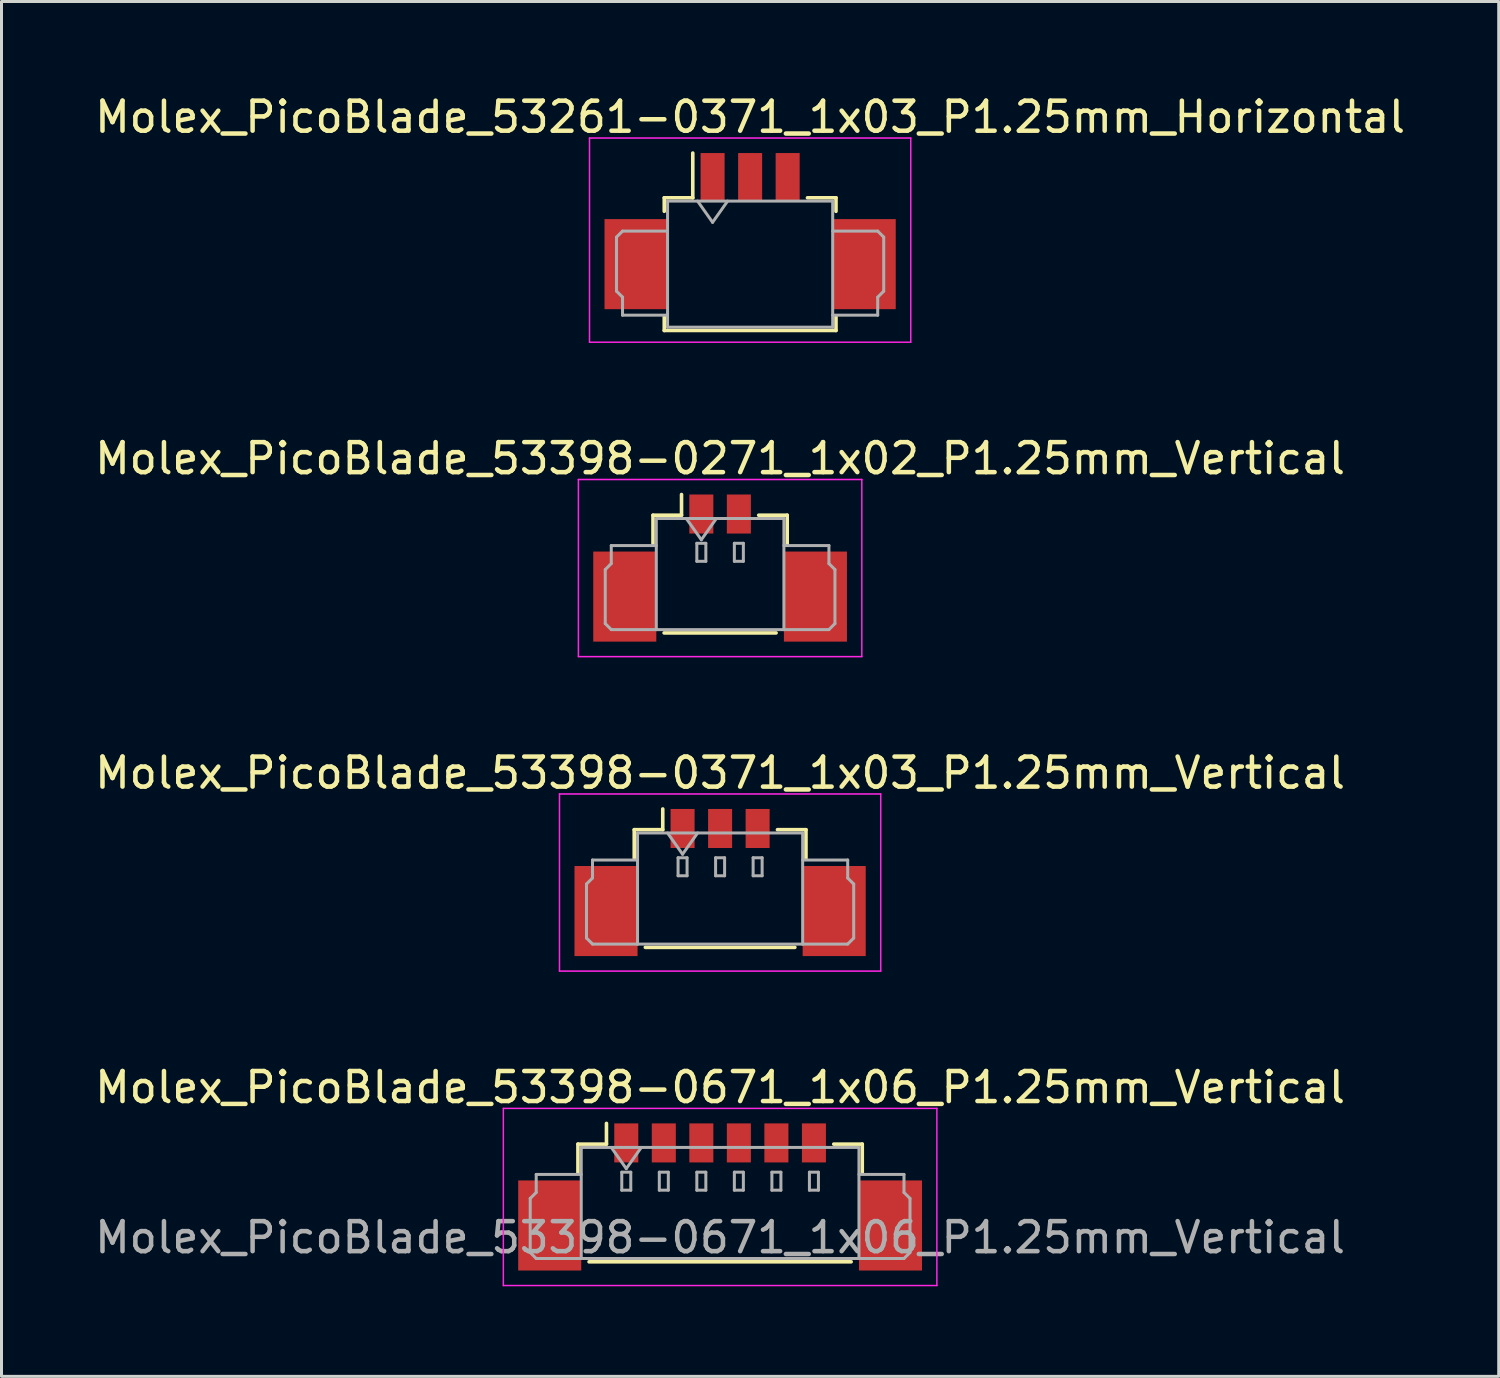
<source format=kicad_pcb>
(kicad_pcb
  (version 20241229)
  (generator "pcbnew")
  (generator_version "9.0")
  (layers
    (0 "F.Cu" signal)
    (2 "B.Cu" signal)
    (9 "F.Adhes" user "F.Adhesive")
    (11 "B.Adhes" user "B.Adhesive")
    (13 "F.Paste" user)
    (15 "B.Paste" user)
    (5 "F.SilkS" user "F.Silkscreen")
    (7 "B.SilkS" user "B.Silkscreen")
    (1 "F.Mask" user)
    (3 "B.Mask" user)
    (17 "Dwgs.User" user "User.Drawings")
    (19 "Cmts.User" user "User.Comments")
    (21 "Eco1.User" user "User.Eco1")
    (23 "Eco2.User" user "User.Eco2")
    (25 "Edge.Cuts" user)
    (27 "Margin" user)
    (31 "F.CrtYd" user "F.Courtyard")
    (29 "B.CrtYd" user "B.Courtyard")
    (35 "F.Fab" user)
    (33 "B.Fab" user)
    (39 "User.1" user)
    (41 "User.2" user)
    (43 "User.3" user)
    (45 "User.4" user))
  (footprint "Molex_PicoBlade_53398-0371_1x03_P1.25mm_Vertical"
    (layer "F.Cu")
    (at 20.935 26.345)
    (property "Reference" "Molex_PicoBlade_53398-0371_1x03_P1.25mm_Vertical" (at 0 -3.65 0) (layer "F.SilkS") (effects (font (size 1 1) (thickness 0.15))))
    (attr smd)
    (fp_line (start -2.86 -1.76) (end -1.91 -1.76) (stroke (width 0.12) (type solid)) (layer "F.SilkS"))
    (fp_line (start -2.86 -0.81) (end -2.86 -1.76) (stroke (width 0.12) (type solid)) (layer "F.SilkS"))
    (fp_line (start -2.49 2.16) (end 2.49 2.16) (stroke (width 0.12) (type solid)) (layer "F.SilkS"))
    (fp_line (start -1.91 -1.76) (end -1.91 -2.45) (stroke (width 0.12) (type solid)) (layer "F.SilkS"))
    (fp_line (start 2.86 -1.76) (end 1.91 -1.76) (stroke (width 0.12) (type solid)) (layer "F.SilkS"))
    (fp_line (start 2.86 -0.81) (end 2.86 -1.76) (stroke (width 0.12) (type solid)) (layer "F.SilkS"))
    (fp_line (start -5.35 -2.95) (end -5.35 2.95) (stroke (width 0.05) (type solid)) (layer "F.CrtYd"))
    (fp_line (start -5.35 2.95) (end 5.35 2.95) (stroke (width 0.05) (type solid)) (layer "F.CrtYd"))
    (fp_line (start 5.35 -2.95) (end -5.35 -2.95) (stroke (width 0.05) (type solid)) (layer "F.CrtYd"))
    (fp_line (start 5.35 2.95) (end 5.35 -2.95) (stroke (width 0.05) (type solid)) (layer "F.CrtYd"))
    (fp_line (start -4.45 0.05) (end -4.25 -0.15) (stroke (width 0.1) (type solid)) (layer "F.Fab"))
    (fp_line (start -4.45 1.85) (end -4.45 0.05) (stroke (width 0.1) (type solid)) (layer "F.Fab"))
    (fp_line (start -4.25 -0.75) (end -2.75 -0.75) (stroke (width 0.1) (type solid)) (layer "F.Fab"))
    (fp_line (start -4.25 -0.15) (end -4.25 -0.75) (stroke (width 0.1) (type solid)) (layer "F.Fab"))
    (fp_line (start -4.25 2.05) (end -4.45 1.85) (stroke (width 0.1) (type solid)) (layer "F.Fab"))
    (fp_line (start -2.75 -1.65) (end -2.75 2.05) (stroke (width 0.1) (type solid)) (layer "F.Fab"))
    (fp_line (start -2.75 -1.65) (end 2.75 -1.65) (stroke (width 0.1) (type solid)) (layer "F.Fab"))
    (fp_line (start -2.75 2.05) (end -4.25 2.05) (stroke (width 0.1) (type solid)) (layer "F.Fab"))
    (fp_line (start -2.75 2.05) (end 2.75 2.05) (stroke (width 0.1) (type solid)) (layer "F.Fab"))
    (fp_line (start -1.75 -1.65) (end -1.25 -0.943) (stroke (width 0.1) (type solid)) (layer "F.Fab"))
    (fp_line (start -1.4 -0.825) (end -1.4 -0.225) (stroke (width 0.1) (type solid)) (layer "F.Fab"))
    (fp_line (start -1.4 -0.225) (end -1.1 -0.225) (stroke (width 0.1) (type solid)) (layer "F.Fab"))
    (fp_line (start -1.25 -0.943) (end -0.75 -1.65) (stroke (width 0.1) (type solid)) (layer "F.Fab"))
    (fp_line (start -1.1 -0.825) (end -1.4 -0.825) (stroke (width 0.1) (type solid)) (layer "F.Fab"))
    (fp_line (start -1.1 -0.225) (end -1.1 -0.825) (stroke (width 0.1) (type solid)) (layer "F.Fab"))
    (fp_line (start -0.15 -0.825) (end -0.15 -0.225) (stroke (width 0.1) (type solid)) (layer "F.Fab"))
    (fp_line (start -0.15 -0.225) (end 0.15 -0.225) (stroke (width 0.1) (type solid)) (layer "F.Fab"))
    (fp_line (start 0.15 -0.825) (end -0.15 -0.825) (stroke (width 0.1) (type solid)) (layer "F.Fab"))
    (fp_line (start 0.15 -0.225) (end 0.15 -0.825) (stroke (width 0.1) (type solid)) (layer "F.Fab"))
    (fp_line (start 1.1 -0.825) (end 1.1 -0.225) (stroke (width 0.1) (type solid)) (layer "F.Fab"))
    (fp_line (start 1.1 -0.225) (end 1.4 -0.225) (stroke (width 0.1) (type solid)) (layer "F.Fab"))
    (fp_line (start 1.4 -0.825) (end 1.1 -0.825) (stroke (width 0.1) (type solid)) (layer "F.Fab"))
    (fp_line (start 1.4 -0.225) (end 1.4 -0.825) (stroke (width 0.1) (type solid)) (layer "F.Fab"))
    (fp_line (start 2.75 -1.65) (end 2.75 2.05) (stroke (width 0.1) (type solid)) (layer "F.Fab"))
    (fp_line (start 2.75 2.05) (end 4.25 2.05) (stroke (width 0.1) (type solid)) (layer "F.Fab"))
    (fp_line (start 4.25 -0.75) (end 2.75 -0.75) (stroke (width 0.1) (type solid)) (layer "F.Fab"))
    (fp_line (start 4.25 -0.15) (end 4.25 -0.75) (stroke (width 0.1) (type solid)) (layer "F.Fab"))
    (fp_line (start 4.25 2.05) (end 4.45 1.85) (stroke (width 0.1) (type solid)) (layer "F.Fab"))
    (fp_line (start 4.45 0.05) (end 4.25 -0.15) (stroke (width 0.1) (type solid)) (layer "F.Fab"))
    (fp_line (start 4.45 1.85) (end 4.45 0.05) (stroke (width 0.1) (type solid)) (layer "F.Fab"))
    (pad "" smd rect (at -3.8 0.95) (size 2.1 3) (layers "F.Cu" "F.Mask" "F.Paste"))
    (pad "" smd rect (at 3.8 0.95) (size 2.1 3) (layers "F.Cu" "F.Mask" "F.Paste"))
    (pad "1" smd rect (at -1.25 -1.8) (size 0.8 1.3) (layers "F.Cu" "F.Mask" "F.Paste"))
    (pad "2" smd rect (at 0 -1.8) (size 0.8 1.3) (layers "F.Cu" "F.Mask" "F.Paste"))
    (pad "3" smd rect (at 1.25 -1.8) (size 0.8 1.3) (layers "F.Cu" "F.Mask" "F.Paste")))
  (footprint "Molex_PicoBlade_53398-0271_1x02_P1.25mm_Vertical"
    (layer "F.Cu")
    (at 20.935 15.871)
    (property "Reference" "Molex_PicoBlade_53398-0271_1x02_P1.25mm_Vertical" (at 0 -3.65 0) (layer "F.SilkS") (effects (font (size 1 1) (thickness 0.15))))
    (attr smd)
    (fp_line (start -2.235 -1.76) (end -1.285 -1.76) (stroke (width 0.12) (type solid)) (layer "F.SilkS"))
    (fp_line (start -2.235 -0.81) (end -2.235 -1.76) (stroke (width 0.12) (type solid)) (layer "F.SilkS"))
    (fp_line (start -1.865 2.16) (end 1.865 2.16) (stroke (width 0.12) (type solid)) (layer "F.SilkS"))
    (fp_line (start -1.285 -1.76) (end -1.285 -2.45) (stroke (width 0.12) (type solid)) (layer "F.SilkS"))
    (fp_line (start 2.235 -1.76) (end 1.285 -1.76) (stroke (width 0.12) (type solid)) (layer "F.SilkS"))
    (fp_line (start 2.235 -0.81) (end 2.235 -1.76) (stroke (width 0.12) (type solid)) (layer "F.SilkS"))
    (fp_line (start -4.72 -2.95) (end -4.72 2.95) (stroke (width 0.05) (type solid)) (layer "F.CrtYd"))
    (fp_line (start -4.72 2.95) (end 4.72 2.95) (stroke (width 0.05) (type solid)) (layer "F.CrtYd"))
    (fp_line (start 4.72 -2.95) (end -4.72 -2.95) (stroke (width 0.05) (type solid)) (layer "F.CrtYd"))
    (fp_line (start 4.72 2.95) (end 4.72 -2.95) (stroke (width 0.05) (type solid)) (layer "F.CrtYd"))
    (fp_line (start -3.825 0.05) (end -3.625 -0.15) (stroke (width 0.1) (type solid)) (layer "F.Fab"))
    (fp_line (start -3.825 1.85) (end -3.825 0.05) (stroke (width 0.1) (type solid)) (layer "F.Fab"))
    (fp_line (start -3.625 -0.75) (end -2.125 -0.75) (stroke (width 0.1) (type solid)) (layer "F.Fab"))
    (fp_line (start -3.625 -0.15) (end -3.625 -0.75) (stroke (width 0.1) (type solid)) (layer "F.Fab"))
    (fp_line (start -3.625 2.05) (end -3.825 1.85) (stroke (width 0.1) (type solid)) (layer "F.Fab"))
    (fp_line (start -2.125 -1.65) (end -2.125 2.05) (stroke (width 0.1) (type solid)) (layer "F.Fab"))
    (fp_line (start -2.125 -1.65) (end 2.125 -1.65) (stroke (width 0.1) (type solid)) (layer "F.Fab"))
    (fp_line (start -2.125 2.05) (end -3.625 2.05) (stroke (width 0.1) (type solid)) (layer "F.Fab"))
    (fp_line (start -2.125 2.05) (end 2.125 2.05) (stroke (width 0.1) (type solid)) (layer "F.Fab"))
    (fp_line (start -1.125 -1.65) (end -0.625 -0.943) (stroke (width 0.1) (type solid)) (layer "F.Fab"))
    (fp_line (start -0.775 -0.825) (end -0.775 -0.225) (stroke (width 0.1) (type solid)) (layer "F.Fab"))
    (fp_line (start -0.775 -0.225) (end -0.475 -0.225) (stroke (width 0.1) (type solid)) (layer "F.Fab"))
    (fp_line (start -0.625 -0.943) (end -0.125 -1.65) (stroke (width 0.1) (type solid)) (layer "F.Fab"))
    (fp_line (start -0.475 -0.825) (end -0.775 -0.825) (stroke (width 0.1) (type solid)) (layer "F.Fab"))
    (fp_line (start -0.475 -0.225) (end -0.475 -0.825) (stroke (width 0.1) (type solid)) (layer "F.Fab"))
    (fp_line (start 0.475 -0.825) (end 0.475 -0.225) (stroke (width 0.1) (type solid)) (layer "F.Fab"))
    (fp_line (start 0.475 -0.225) (end 0.775 -0.225) (stroke (width 0.1) (type solid)) (layer "F.Fab"))
    (fp_line (start 0.775 -0.825) (end 0.475 -0.825) (stroke (width 0.1) (type solid)) (layer "F.Fab"))
    (fp_line (start 0.775 -0.225) (end 0.775 -0.825) (stroke (width 0.1) (type solid)) (layer "F.Fab"))
    (fp_line (start 2.125 -1.65) (end 2.125 2.05) (stroke (width 0.1) (type solid)) (layer "F.Fab"))
    (fp_line (start 2.125 2.05) (end 3.625 2.05) (stroke (width 0.1) (type solid)) (layer "F.Fab"))
    (fp_line (start 3.625 -0.75) (end 2.125 -0.75) (stroke (width 0.1) (type solid)) (layer "F.Fab"))
    (fp_line (start 3.625 -0.15) (end 3.625 -0.75) (stroke (width 0.1) (type solid)) (layer "F.Fab"))
    (fp_line (start 3.625 2.05) (end 3.825 1.85) (stroke (width 0.1) (type solid)) (layer "F.Fab"))
    (fp_line (start 3.825 0.05) (end 3.625 -0.15) (stroke (width 0.1) (type solid)) (layer "F.Fab"))
    (fp_line (start 3.825 1.85) (end 3.825 0.05) (stroke (width 0.1) (type solid)) (layer "F.Fab"))
    (pad "" smd rect (at -3.175 0.95) (size 2.1 3) (layers "F.Cu" "F.Mask" "F.Paste"))
    (pad "" smd rect (at 3.175 0.95) (size 2.1 3) (layers "F.Cu" "F.Mask" "F.Paste"))
    (pad "1" smd rect (at -0.625 -1.8) (size 0.8 1.3) (layers "F.Cu" "F.Mask" "F.Paste"))
    (pad "2" smd rect (at 0.625 -1.8) (size 0.8 1.3) (layers "F.Cu" "F.Mask" "F.Paste")))
  (footprint "Molex_PicoBlade_53261-0371_1x03_P1.25mm_Horizontal"
    (layer "F.Cu")
    (at 21.935 4.648)
    (property "Reference" "Molex_PicoBlade_53261-0371_1x03_P1.25mm_Horizontal" (at 0 -3.8 0) (layer "F.SilkS") (effects (font (size 1 1) (thickness 0.15))))
    (attr smd)
    (fp_line (start -2.86 -1.11) (end -1.91 -1.11) (stroke (width 0.12) (type solid)) (layer "F.SilkS"))
    (fp_line (start -2.86 -0.66) (end -2.86 -1.11) (stroke (width 0.12) (type solid)) (layer "F.SilkS"))
    (fp_line (start -2.86 2.86) (end -2.86 3.31) (stroke (width 0.12) (type solid)) (layer "F.SilkS"))
    (fp_line (start -2.86 3.31) (end 2.86 3.31) (stroke (width 0.12) (type solid)) (layer "F.SilkS"))
    (fp_line (start -1.91 -1.11) (end -1.91 -2.6) (stroke (width 0.12) (type solid)) (layer "F.SilkS"))
    (fp_line (start 2.86 -1.11) (end 1.91 -1.11) (stroke (width 0.12) (type solid)) (layer "F.SilkS"))
    (fp_line (start 2.86 -0.66) (end 2.86 -1.11) (stroke (width 0.12) (type solid)) (layer "F.SilkS"))
    (fp_line (start 2.86 3.31) (end 2.86 2.86) (stroke (width 0.12) (type solid)) (layer "F.SilkS"))
    (fp_line (start -5.35 -3.1) (end -5.35 3.7) (stroke (width 0.05) (type solid)) (layer "F.CrtYd"))
    (fp_line (start -5.35 3.7) (end 5.35 3.7) (stroke (width 0.05) (type solid)) (layer "F.CrtYd"))
    (fp_line (start 5.35 -3.1) (end -5.35 -3.1) (stroke (width 0.05) (type solid)) (layer "F.CrtYd"))
    (fp_line (start 5.35 3.7) (end 5.35 -3.1) (stroke (width 0.05) (type solid)) (layer "F.CrtYd"))
    (fp_line (start -4.45 0.2) (end -4.45 2) (stroke (width 0.1) (type solid)) (layer "F.Fab"))
    (fp_line (start -4.45 2) (end -4.25 2.2) (stroke (width 0.1) (type solid)) (layer "F.Fab"))
    (fp_line (start -4.25 0) (end -4.45 0.2) (stroke (width 0.1) (type solid)) (layer "F.Fab"))
    (fp_line (start -4.25 2.2) (end -4.25 2.8) (stroke (width 0.1) (type solid)) (layer "F.Fab"))
    (fp_line (start -4.25 2.8) (end -2.75 2.8) (stroke (width 0.1) (type solid)) (layer "F.Fab"))
    (fp_line (start -2.75 -1) (end -2.75 3.2) (stroke (width 0.1) (type solid)) (layer "F.Fab"))
    (fp_line (start -2.75 -1) (end 2.75 -1) (stroke (width 0.1) (type solid)) (layer "F.Fab"))
    (fp_line (start -2.75 0) (end -4.25 0) (stroke (width 0.1) (type solid)) (layer "F.Fab"))
    (fp_line (start -2.75 3.2) (end 2.75 3.2) (stroke (width 0.1) (type solid)) (layer "F.Fab"))
    (fp_line (start -1.75 -1) (end -1.25 -0.293) (stroke (width 0.1) (type solid)) (layer "F.Fab"))
    (fp_line (start -1.25 -0.293) (end -0.75 -1) (stroke (width 0.1) (type solid)) (layer "F.Fab"))
    (fp_line (start 2.75 -1) (end 2.75 3.2) (stroke (width 0.1) (type solid)) (layer "F.Fab"))
    (fp_line (start 2.75 0) (end 4.25 0) (stroke (width 0.1) (type solid)) (layer "F.Fab"))
    (fp_line (start 4.25 0) (end 4.45 0.2) (stroke (width 0.1) (type solid)) (layer "F.Fab"))
    (fp_line (start 4.25 2.2) (end 4.25 2.8) (stroke (width 0.1) (type solid)) (layer "F.Fab"))
    (fp_line (start 4.25 2.8) (end 2.75 2.8) (stroke (width 0.1) (type solid)) (layer "F.Fab"))
    (fp_line (start 4.45 0.2) (end 4.45 2) (stroke (width 0.1) (type solid)) (layer "F.Fab"))
    (fp_line (start 4.45 2) (end 4.25 2.2) (stroke (width 0.1) (type solid)) (layer "F.Fab"))
    (pad "" smd rect (at -3.8 1.1) (size 2.1 3) (layers "F.Cu" "F.Mask" "F.Paste"))
    (pad "" smd rect (at 3.8 1.1) (size 2.1 3) (layers "F.Cu" "F.Mask" "F.Paste"))
    (pad "1" smd rect (at -1.25 -1.8) (size 0.8 1.6) (layers "F.Cu" "F.Mask" "F.Paste"))
    (pad "2" smd rect (at 0 -1.8) (size 0.8 1.6) (layers "F.Cu" "F.Mask" "F.Paste"))
    (pad "3" smd rect (at 1.25 -1.8) (size 0.8 1.6) (layers "F.Cu" "F.Mask" "F.Paste")))
  (footprint "Molex_PicoBlade_53398-0671_1x06_P1.25mm_Vertical"
    (layer "F.Cu")
    (at 20.935 36.818)
    (property "Reference" "Molex_PicoBlade_53398-0671_1x06_P1.25mm_Vertical" (at 0 -3.65 0) (layer "F.SilkS") (effects (font (size 1 1) (thickness 0.15))))
    (attr smd)
    (fp_line (start -4.735 -1.76) (end -3.785 -1.76) (stroke (width 0.12) (type solid)) (layer "F.SilkS"))
    (fp_line (start -4.735 -0.81) (end -4.735 -1.76) (stroke (width 0.12) (type solid)) (layer "F.SilkS"))
    (fp_line (start -4.365 2.16) (end 4.365 2.16) (stroke (width 0.12) (type solid)) (layer "F.SilkS"))
    (fp_line (start -3.785 -1.76) (end -3.785 -2.45) (stroke (width 0.12) (type solid)) (layer "F.SilkS"))
    (fp_line (start 4.735 -1.76) (end 3.785 -1.76) (stroke (width 0.12) (type solid)) (layer "F.SilkS"))
    (fp_line (start 4.735 -0.81) (end 4.735 -1.76) (stroke (width 0.12) (type solid)) (layer "F.SilkS"))
    (fp_line (start -7.22 -2.95) (end -7.22 2.95) (stroke (width 0.05) (type solid)) (layer "F.CrtYd"))
    (fp_line (start -7.22 2.95) (end 7.22 2.95) (stroke (width 0.05) (type solid)) (layer "F.CrtYd"))
    (fp_line (start 7.22 -2.95) (end -7.22 -2.95) (stroke (width 0.05) (type solid)) (layer "F.CrtYd"))
    (fp_line (start 7.22 2.95) (end 7.22 -2.95) (stroke (width 0.05) (type solid)) (layer "F.CrtYd"))
    (fp_line (start -6.325 0.05) (end -6.125 -0.15) (stroke (width 0.1) (type solid)) (layer "F.Fab"))
    (fp_line (start -6.325 1.85) (end -6.325 0.05) (stroke (width 0.1) (type solid)) (layer "F.Fab"))
    (fp_line (start -6.125 -0.75) (end -4.625 -0.75) (stroke (width 0.1) (type solid)) (layer "F.Fab"))
    (fp_line (start -6.125 -0.15) (end -6.125 -0.75) (stroke (width 0.1) (type solid)) (layer "F.Fab"))
    (fp_line (start -6.125 2.05) (end -6.325 1.85) (stroke (width 0.1) (type solid)) (layer "F.Fab"))
    (fp_line (start -4.625 -1.65) (end -4.625 2.05) (stroke (width 0.1) (type solid)) (layer "F.Fab"))
    (fp_line (start -4.625 -1.65) (end 4.625 -1.65) (stroke (width 0.1) (type solid)) (layer "F.Fab"))
    (fp_line (start -4.625 2.05) (end -6.125 2.05) (stroke (width 0.1) (type solid)) (layer "F.Fab"))
    (fp_line (start -4.625 2.05) (end 4.625 2.05) (stroke (width 0.1) (type solid)) (layer "F.Fab"))
    (fp_line (start -3.625 -1.65) (end -3.125 -0.943) (stroke (width 0.1) (type solid)) (layer "F.Fab"))
    (fp_line (start -3.275 -0.825) (end -3.275 -0.225) (stroke (width 0.1) (type solid)) (layer "F.Fab"))
    (fp_line (start -3.275 -0.225) (end -2.975 -0.225) (stroke (width 0.1) (type solid)) (layer "F.Fab"))
    (fp_line (start -3.125 -0.943) (end -2.625 -1.65) (stroke (width 0.1) (type solid)) (layer "F.Fab"))
    (fp_line (start -2.975 -0.825) (end -3.275 -0.825) (stroke (width 0.1) (type solid)) (layer "F.Fab"))
    (fp_line (start -2.975 -0.225) (end -2.975 -0.825) (stroke (width 0.1) (type solid)) (layer "F.Fab"))
    (fp_line (start -2.025 -0.825) (end -2.025 -0.225) (stroke (width 0.1) (type solid)) (layer "F.Fab"))
    (fp_line (start -2.025 -0.225) (end -1.725 -0.225) (stroke (width 0.1) (type solid)) (layer "F.Fab"))
    (fp_line (start -1.725 -0.825) (end -2.025 -0.825) (stroke (width 0.1) (type solid)) (layer "F.Fab"))
    (fp_line (start -1.725 -0.225) (end -1.725 -0.825) (stroke (width 0.1) (type solid)) (layer "F.Fab"))
    (fp_line (start -0.775 -0.825) (end -0.775 -0.225) (stroke (width 0.1) (type solid)) (layer "F.Fab"))
    (fp_line (start -0.775 -0.225) (end -0.475 -0.225) (stroke (width 0.1) (type solid)) (layer "F.Fab"))
    (fp_line (start -0.475 -0.825) (end -0.775 -0.825) (stroke (width 0.1) (type solid)) (layer "F.Fab"))
    (fp_line (start -0.475 -0.225) (end -0.475 -0.825) (stroke (width 0.1) (type solid)) (layer "F.Fab"))
    (fp_line (start 0.475 -0.825) (end 0.475 -0.225) (stroke (width 0.1) (type solid)) (layer "F.Fab"))
    (fp_line (start 0.475 -0.225) (end 0.775 -0.225) (stroke (width 0.1) (type solid)) (layer "F.Fab"))
    (fp_line (start 0.775 -0.825) (end 0.475 -0.825) (stroke (width 0.1) (type solid)) (layer "F.Fab"))
    (fp_line (start 0.775 -0.225) (end 0.775 -0.825) (stroke (width 0.1) (type solid)) (layer "F.Fab"))
    (fp_line (start 1.725 -0.825) (end 1.725 -0.225) (stroke (width 0.1) (type solid)) (layer "F.Fab"))
    (fp_line (start 1.725 -0.225) (end 2.025 -0.225) (stroke (width 0.1) (type solid)) (layer "F.Fab"))
    (fp_line (start 2.025 -0.825) (end 1.725 -0.825) (stroke (width 0.1) (type solid)) (layer "F.Fab"))
    (fp_line (start 2.025 -0.225) (end 2.025 -0.825) (stroke (width 0.1) (type solid)) (layer "F.Fab"))
    (fp_line (start 2.975 -0.825) (end 2.975 -0.225) (stroke (width 0.1) (type solid)) (layer "F.Fab"))
    (fp_line (start 2.975 -0.225) (end 3.275 -0.225) (stroke (width 0.1) (type solid)) (layer "F.Fab"))
    (fp_line (start 3.275 -0.825) (end 2.975 -0.825) (stroke (width 0.1) (type solid)) (layer "F.Fab"))
    (fp_line (start 3.275 -0.225) (end 3.275 -0.825) (stroke (width 0.1) (type solid)) (layer "F.Fab"))
    (fp_line (start 4.625 -1.65) (end 4.625 2.05) (stroke (width 0.1) (type solid)) (layer "F.Fab"))
    (fp_line (start 4.625 2.05) (end 6.125 2.05) (stroke (width 0.1) (type solid)) (layer "F.Fab"))
    (fp_line (start 6.125 -0.75) (end 4.625 -0.75) (stroke (width 0.1) (type solid)) (layer "F.Fab"))
    (fp_line (start 6.125 -0.15) (end 6.125 -0.75) (stroke (width 0.1) (type solid)) (layer "F.Fab"))
    (fp_line (start 6.125 2.05) (end 6.325 1.85) (stroke (width 0.1) (type solid)) (layer "F.Fab"))
    (fp_line (start 6.325 0.05) (end 6.125 -0.15) (stroke (width 0.1) (type solid)) (layer "F.Fab"))
    (fp_line (start 6.325 1.85) (end 6.325 0.05) (stroke (width 0.1) (type solid)) (layer "F.Fab"))
    (fp_text user "${REFERENCE}" (at 0 1.35 0) (layer "F.Fab") (effects (font (size 1 1) (thickness 0.15))))
    (pad "" smd rect (at -5.675 0.95) (size 2.1 3) (layers "F.Cu" "F.Mask" "F.Paste"))
    (pad "" smd rect (at 5.675 0.95) (size 2.1 3) (layers "F.Cu" "F.Mask" "F.Paste"))
    (pad "1" smd rect (at -3.125 -1.8) (size 0.8 1.3) (layers "F.Cu" "F.Mask" "F.Paste"))
    (pad "2" smd rect (at -1.875 -1.8) (size 0.8 1.3) (layers "F.Cu" "F.Mask" "F.Paste"))
    (pad "3" smd rect (at -0.625 -1.8) (size 0.8 1.3) (layers "F.Cu" "F.Mask" "F.Paste"))
    (pad "4" smd rect (at 0.625 -1.8) (size 0.8 1.3) (layers "F.Cu" "F.Mask" "F.Paste"))
    (pad "5" smd rect (at 1.875 -1.8) (size 0.8 1.3) (layers "F.Cu" "F.Mask" "F.Paste"))
    (pad "6" smd rect (at 3.125 -1.8) (size 0.8 1.3) (layers "F.Cu" "F.Mask" "F.Paste")))
  (gr_rect
    (start -3 -3)
    (end 46.869 42.793)
    (stroke (width 0.1) (type default))
    (fill no)
    (layer "Edge.Cuts")))
</source>
